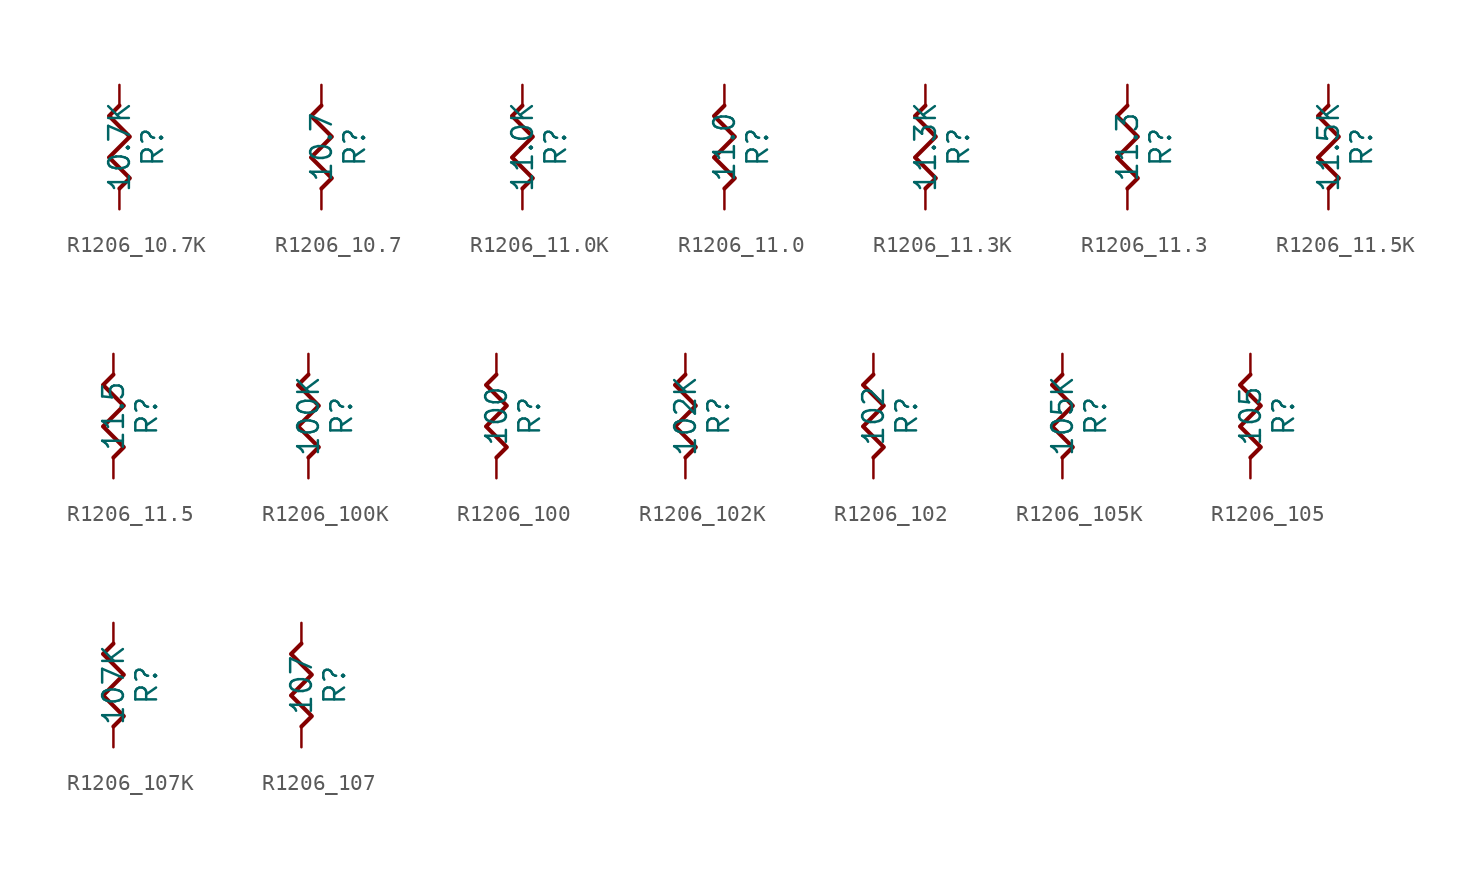
<source format=kicad_sym>
(kicad_symbol_lib
  (version 20211014)
  (generator atlantix-eda)
  (symbol "R1206_10.7K"
    (pin_numbers hide)
    (pin_names
      (offset 0))
    (property "Reference" "R"
      (at 2.032 0 90)
      (effects (font (size 1.27 1.27))))
    (property "Value" "10.7K"
      (at 0 0 90)
      (effects (font (size 1.27 1.27))))
    (symbol "R1206_10.7K_0_1"
      (polyline (pts (xy 0 -2.54) (xy 0.635 -1.905) (xy -0.635 -0.635) (xy 0.635 0.635) (xy -0.635 1.905) (xy 0 2.54)) (stroke (width 0.254) (type default) (color 0 0 0 0)) (fill (type none))))
    (symbol "R1206_10.7K_1_1"
      (pin passive line (at 0 3.81 270) (length 1.27) (name "~" (effects (font (size 1.27 1.27)))) (number "1" (effects (font (size 1.27 1.27)))))
      (pin passive line (at 0 -3.81 90) (length 1.27) (name "~" (effects (font (size 1.27 1.27)))) (number "2" (effects (font (size 1.27 1.27)))))))
  (symbol "R1206_10.7"
    (pin_numbers hide)
    (pin_names
      (offset 0))
    (property "Reference" "R"
      (at 2.032 0 90)
      (effects (font (size 1.27 1.27))))
    (property "Value" "10.7"
      (at 0 0 90)
      (effects (font (size 1.27 1.27))))
    (symbol "R1206_10.7_0_1"
      (polyline (pts (xy 0 -2.54) (xy 0.635 -1.905) (xy -0.635 -0.635) (xy 0.635 0.635) (xy -0.635 1.905) (xy 0 2.54)) (stroke (width 0.254) (type default) (color 0 0 0 0)) (fill (type none))))
    (symbol "R1206_10.7_1_1"
      (pin passive line (at 0 3.81 270) (length 1.27) (name "~" (effects (font (size 1.27 1.27)))) (number "1" (effects (font (size 1.27 1.27)))))
      (pin passive line (at 0 -3.81 90) (length 1.27) (name "~" (effects (font (size 1.27 1.27)))) (number "2" (effects (font (size 1.27 1.27)))))))
  (symbol "R1206_11.0K"
    (pin_numbers hide)
    (pin_names
      (offset 0))
    (property "Reference" "R"
      (at 2.032 0 90)
      (effects (font (size 1.27 1.27))))
    (property "Value" "11.0K"
      (at 0 0 90)
      (effects (font (size 1.27 1.27))))
    (symbol "R1206_11.0K_0_1"
      (polyline (pts (xy 0 -2.54) (xy 0.635 -1.905) (xy -0.635 -0.635) (xy 0.635 0.635) (xy -0.635 1.905) (xy 0 2.54)) (stroke (width 0.254) (type default) (color 0 0 0 0)) (fill (type none))))
    (symbol "R1206_11.0K_1_1"
      (pin passive line (at 0 3.81 270) (length 1.27) (name "~" (effects (font (size 1.27 1.27)))) (number "1" (effects (font (size 1.27 1.27)))))
      (pin passive line (at 0 -3.81 90) (length 1.27) (name "~" (effects (font (size 1.27 1.27)))) (number "2" (effects (font (size 1.27 1.27)))))))
  (symbol "R1206_11.0"
    (pin_numbers hide)
    (pin_names
      (offset 0))
    (property "Reference" "R"
      (at 2.032 0 90)
      (effects (font (size 1.27 1.27))))
    (property "Value" "11.0"
      (at 0 0 90)
      (effects (font (size 1.27 1.27))))
    (symbol "R1206_11.0_0_1"
      (polyline (pts (xy 0 -2.54) (xy 0.635 -1.905) (xy -0.635 -0.635) (xy 0.635 0.635) (xy -0.635 1.905) (xy 0 2.54)) (stroke (width 0.254) (type default) (color 0 0 0 0)) (fill (type none))))
    (symbol "R1206_11.0_1_1"
      (pin passive line (at 0 3.81 270) (length 1.27) (name "~" (effects (font (size 1.27 1.27)))) (number "1" (effects (font (size 1.27 1.27)))))
      (pin passive line (at 0 -3.81 90) (length 1.27) (name "~" (effects (font (size 1.27 1.27)))) (number "2" (effects (font (size 1.27 1.27)))))))
  (symbol "R1206_11.3K"
    (pin_numbers hide)
    (pin_names
      (offset 0))
    (property "Reference" "R"
      (at 2.032 0 90)
      (effects (font (size 1.27 1.27))))
    (property "Value" "11.3K"
      (at 0 0 90)
      (effects (font (size 1.27 1.27))))
    (symbol "R1206_11.3K_0_1"
      (polyline (pts (xy 0 -2.54) (xy 0.635 -1.905) (xy -0.635 -0.635) (xy 0.635 0.635) (xy -0.635 1.905) (xy 0 2.54)) (stroke (width 0.254) (type default) (color 0 0 0 0)) (fill (type none))))
    (symbol "R1206_11.3K_1_1"
      (pin passive line (at 0 3.81 270) (length 1.27) (name "~" (effects (font (size 1.27 1.27)))) (number "1" (effects (font (size 1.27 1.27)))))
      (pin passive line (at 0 -3.81 90) (length 1.27) (name "~" (effects (font (size 1.27 1.27)))) (number "2" (effects (font (size 1.27 1.27)))))))
  (symbol "R1206_11.3"
    (pin_numbers hide)
    (pin_names
      (offset 0))
    (property "Reference" "R"
      (at 2.032 0 90)
      (effects (font (size 1.27 1.27))))
    (property "Value" "11.3"
      (at 0 0 90)
      (effects (font (size 1.27 1.27))))
    (symbol "R1206_11.3_0_1"
      (polyline (pts (xy 0 -2.54) (xy 0.635 -1.905) (xy -0.635 -0.635) (xy 0.635 0.635) (xy -0.635 1.905) (xy 0 2.54)) (stroke (width 0.254) (type default) (color 0 0 0 0)) (fill (type none))))
    (symbol "R1206_11.3_1_1"
      (pin passive line (at 0 3.81 270) (length 1.27) (name "~" (effects (font (size 1.27 1.27)))) (number "1" (effects (font (size 1.27 1.27)))))
      (pin passive line (at 0 -3.81 90) (length 1.27) (name "~" (effects (font (size 1.27 1.27)))) (number "2" (effects (font (size 1.27 1.27)))))))
  (symbol "R1206_11.5K"
    (pin_numbers hide)
    (pin_names
      (offset 0))
    (property "Reference" "R"
      (at 2.032 0 90)
      (effects (font (size 1.27 1.27))))
    (property "Value" "11.5K"
      (at 0 0 90)
      (effects (font (size 1.27 1.27))))
    (symbol "R1206_11.5K_0_1"
      (polyline (pts (xy 0 -2.54) (xy 0.635 -1.905) (xy -0.635 -0.635) (xy 0.635 0.635) (xy -0.635 1.905) (xy 0 2.54)) (stroke (width 0.254) (type default) (color 0 0 0 0)) (fill (type none))))
    (symbol "R1206_11.5K_1_1"
      (pin passive line (at 0 3.81 270) (length 1.27) (name "~" (effects (font (size 1.27 1.27)))) (number "1" (effects (font (size 1.27 1.27)))))
      (pin passive line (at 0 -3.81 90) (length 1.27) (name "~" (effects (font (size 1.27 1.27)))) (number "2" (effects (font (size 1.27 1.27)))))))
  (symbol "R1206_11.5"
    (pin_numbers hide)
    (pin_names
      (offset 0))
    (property "Reference" "R"
      (at 2.032 0 90)
      (effects (font (size 1.27 1.27))))
    (property "Value" "11.5"
      (at 0 0 90)
      (effects (font (size 1.27 1.27))))
    (symbol "R1206_11.5_0_1"
      (polyline (pts (xy 0 -2.54) (xy 0.635 -1.905) (xy -0.635 -0.635) (xy 0.635 0.635) (xy -0.635 1.905) (xy 0 2.54)) (stroke (width 0.254) (type default) (color 0 0 0 0)) (fill (type none))))
    (symbol "R1206_11.5_1_1"
      (pin passive line (at 0 3.81 270) (length 1.27) (name "~" (effects (font (size 1.27 1.27)))) (number "1" (effects (font (size 1.27 1.27)))))
      (pin passive line (at 0 -3.81 90) (length 1.27) (name "~" (effects (font (size 1.27 1.27)))) (number "2" (effects (font (size 1.27 1.27)))))))
  (symbol "R1206_100K"
    (pin_numbers hide)
    (pin_names
      (offset 0))
    (property "Reference" "R"
      (at 2.032 0 90)
      (effects (font (size 1.27 1.27))))
    (property "Value" "100K"
      (at 0 0 90)
      (effects (font (size 1.27 1.27))))
    (symbol "R1206_100K_0_1"
      (polyline (pts (xy 0 -2.54) (xy 0.635 -1.905) (xy -0.635 -0.635) (xy 0.635 0.635) (xy -0.635 1.905) (xy 0 2.54)) (stroke (width 0.254) (type default) (color 0 0 0 0)) (fill (type none))))
    (symbol "R1206_100K_1_1"
      (pin passive line (at 0 3.81 270) (length 1.27) (name "~" (effects (font (size 1.27 1.27)))) (number "1" (effects (font (size 1.27 1.27)))))
      (pin passive line (at 0 -3.81 90) (length 1.27) (name "~" (effects (font (size 1.27 1.27)))) (number "2" (effects (font (size 1.27 1.27)))))))
  (symbol "R1206_100"
    (pin_numbers hide)
    (pin_names
      (offset 0))
    (property "Reference" "R"
      (at 2.032 0 90)
      (effects (font (size 1.27 1.27))))
    (property "Value" "100"
      (at 0 0 90)
      (effects (font (size 1.27 1.27))))
    (symbol "R1206_100_0_1"
      (polyline (pts (xy 0 -2.54) (xy 0.635 -1.905) (xy -0.635 -0.635) (xy 0.635 0.635) (xy -0.635 1.905) (xy 0 2.54)) (stroke (width 0.254) (type default) (color 0 0 0 0)) (fill (type none))))
    (symbol "R1206_100_1_1"
      (pin passive line (at 0 3.81 270) (length 1.27) (name "~" (effects (font (size 1.27 1.27)))) (number "1" (effects (font (size 1.27 1.27)))))
      (pin passive line (at 0 -3.81 90) (length 1.27) (name "~" (effects (font (size 1.27 1.27)))) (number "2" (effects (font (size 1.27 1.27)))))))
  (symbol "R1206_102K"
    (pin_numbers hide)
    (pin_names
      (offset 0))
    (property "Reference" "R"
      (at 2.032 0 90)
      (effects (font (size 1.27 1.27))))
    (property "Value" "102K"
      (at 0 0 90)
      (effects (font (size 1.27 1.27))))
    (symbol "R1206_102K_0_1"
      (polyline (pts (xy 0 -2.54) (xy 0.635 -1.905) (xy -0.635 -0.635) (xy 0.635 0.635) (xy -0.635 1.905) (xy 0 2.54)) (stroke (width 0.254) (type default) (color 0 0 0 0)) (fill (type none))))
    (symbol "R1206_102K_1_1"
      (pin passive line (at 0 3.81 270) (length 1.27) (name "~" (effects (font (size 1.27 1.27)))) (number "1" (effects (font (size 1.27 1.27)))))
      (pin passive line (at 0 -3.81 90) (length 1.27) (name "~" (effects (font (size 1.27 1.27)))) (number "2" (effects (font (size 1.27 1.27)))))))
  (symbol "R1206_102"
    (pin_numbers hide)
    (pin_names
      (offset 0))
    (property "Reference" "R"
      (at 2.032 0 90)
      (effects (font (size 1.27 1.27))))
    (property "Value" "102"
      (at 0 0 90)
      (effects (font (size 1.27 1.27))))
    (symbol "R1206_102_0_1"
      (polyline (pts (xy 0 -2.54) (xy 0.635 -1.905) (xy -0.635 -0.635) (xy 0.635 0.635) (xy -0.635 1.905) (xy 0 2.54)) (stroke (width 0.254) (type default) (color 0 0 0 0)) (fill (type none))))
    (symbol "R1206_102_1_1"
      (pin passive line (at 0 3.81 270) (length 1.27) (name "~" (effects (font (size 1.27 1.27)))) (number "1" (effects (font (size 1.27 1.27)))))
      (pin passive line (at 0 -3.81 90) (length 1.27) (name "~" (effects (font (size 1.27 1.27)))) (number "2" (effects (font (size 1.27 1.27)))))))
  (symbol "R1206_105K"
    (pin_numbers hide)
    (pin_names
      (offset 0))
    (property "Reference" "R"
      (at 2.032 0 90)
      (effects (font (size 1.27 1.27))))
    (property "Value" "105K"
      (at 0 0 90)
      (effects (font (size 1.27 1.27))))
    (symbol "R1206_105K_0_1"
      (polyline (pts (xy 0 -2.54) (xy 0.635 -1.905) (xy -0.635 -0.635) (xy 0.635 0.635) (xy -0.635 1.905) (xy 0 2.54)) (stroke (width 0.254) (type default) (color 0 0 0 0)) (fill (type none))))
    (symbol "R1206_105K_1_1"
      (pin passive line (at 0 3.81 270) (length 1.27) (name "~" (effects (font (size 1.27 1.27)))) (number "1" (effects (font (size 1.27 1.27)))))
      (pin passive line (at 0 -3.81 90) (length 1.27) (name "~" (effects (font (size 1.27 1.27)))) (number "2" (effects (font (size 1.27 1.27)))))))
  (symbol "R1206_105"
    (pin_numbers hide)
    (pin_names
      (offset 0))
    (property "Reference" "R"
      (at 2.032 0 90)
      (effects (font (size 1.27 1.27))))
    (property "Value" "105"
      (at 0 0 90)
      (effects (font (size 1.27 1.27))))
    (symbol "R1206_105_0_1"
      (polyline (pts (xy 0 -2.54) (xy 0.635 -1.905) (xy -0.635 -0.635) (xy 0.635 0.635) (xy -0.635 1.905) (xy 0 2.54)) (stroke (width 0.254) (type default) (color 0 0 0 0)) (fill (type none))))
    (symbol "R1206_105_1_1"
      (pin passive line (at 0 3.81 270) (length 1.27) (name "~" (effects (font (size 1.27 1.27)))) (number "1" (effects (font (size 1.27 1.27)))))
      (pin passive line (at 0 -3.81 90) (length 1.27) (name "~" (effects (font (size 1.27 1.27)))) (number "2" (effects (font (size 1.27 1.27)))))))
  (symbol "R1206_107K"
    (pin_numbers hide)
    (pin_names
      (offset 0))
    (property "Reference" "R"
      (at 2.032 0 90)
      (effects (font (size 1.27 1.27))))
    (property "Value" "107K"
      (at 0 0 90)
      (effects (font (size 1.27 1.27))))
    (symbol "R1206_107K_0_1"
      (polyline (pts (xy 0 -2.54) (xy 0.635 -1.905) (xy -0.635 -0.635) (xy 0.635 0.635) (xy -0.635 1.905) (xy 0 2.54)) (stroke (width 0.254) (type default) (color 0 0 0 0)) (fill (type none))))
    (symbol "R1206_107K_1_1"
      (pin passive line (at 0 3.81 270) (length 1.27) (name "~" (effects (font (size 1.27 1.27)))) (number "1" (effects (font (size 1.27 1.27)))))
      (pin passive line (at 0 -3.81 90) (length 1.27) (name "~" (effects (font (size 1.27 1.27)))) (number "2" (effects (font (size 1.27 1.27)))))))
  (symbol "R1206_107"
    (pin_numbers hide)
    (pin_names
      (offset 0))
    (property "Reference" "R"
      (at 2.032 0 90)
      (effects (font (size 1.27 1.27))))
    (property "Value" "107"
      (at 0 0 90)
      (effects (font (size 1.27 1.27))))
    (symbol "R1206_107_0_1"
      (polyline (pts (xy 0 -2.54) (xy 0.635 -1.905) (xy -0.635 -0.635) (xy 0.635 0.635) (xy -0.635 1.905) (xy 0 2.54)) (stroke (width 0.254) (type default) (color 0 0 0 0)) (fill (type none))))
    (symbol "R1206_107_1_1"
      (pin passive line (at 0 3.81 270) (length 1.27) (name "~" (effects (font (size 1.27 1.27)))) (number "1" (effects (font (size 1.27 1.27)))))
      (pin passive line (at 0 -3.81 90) (length 1.27) (name "~" (effects (font (size 1.27 1.27)))) (number "2" (effects (font (size 1.27 1.27))))))))
</source>
